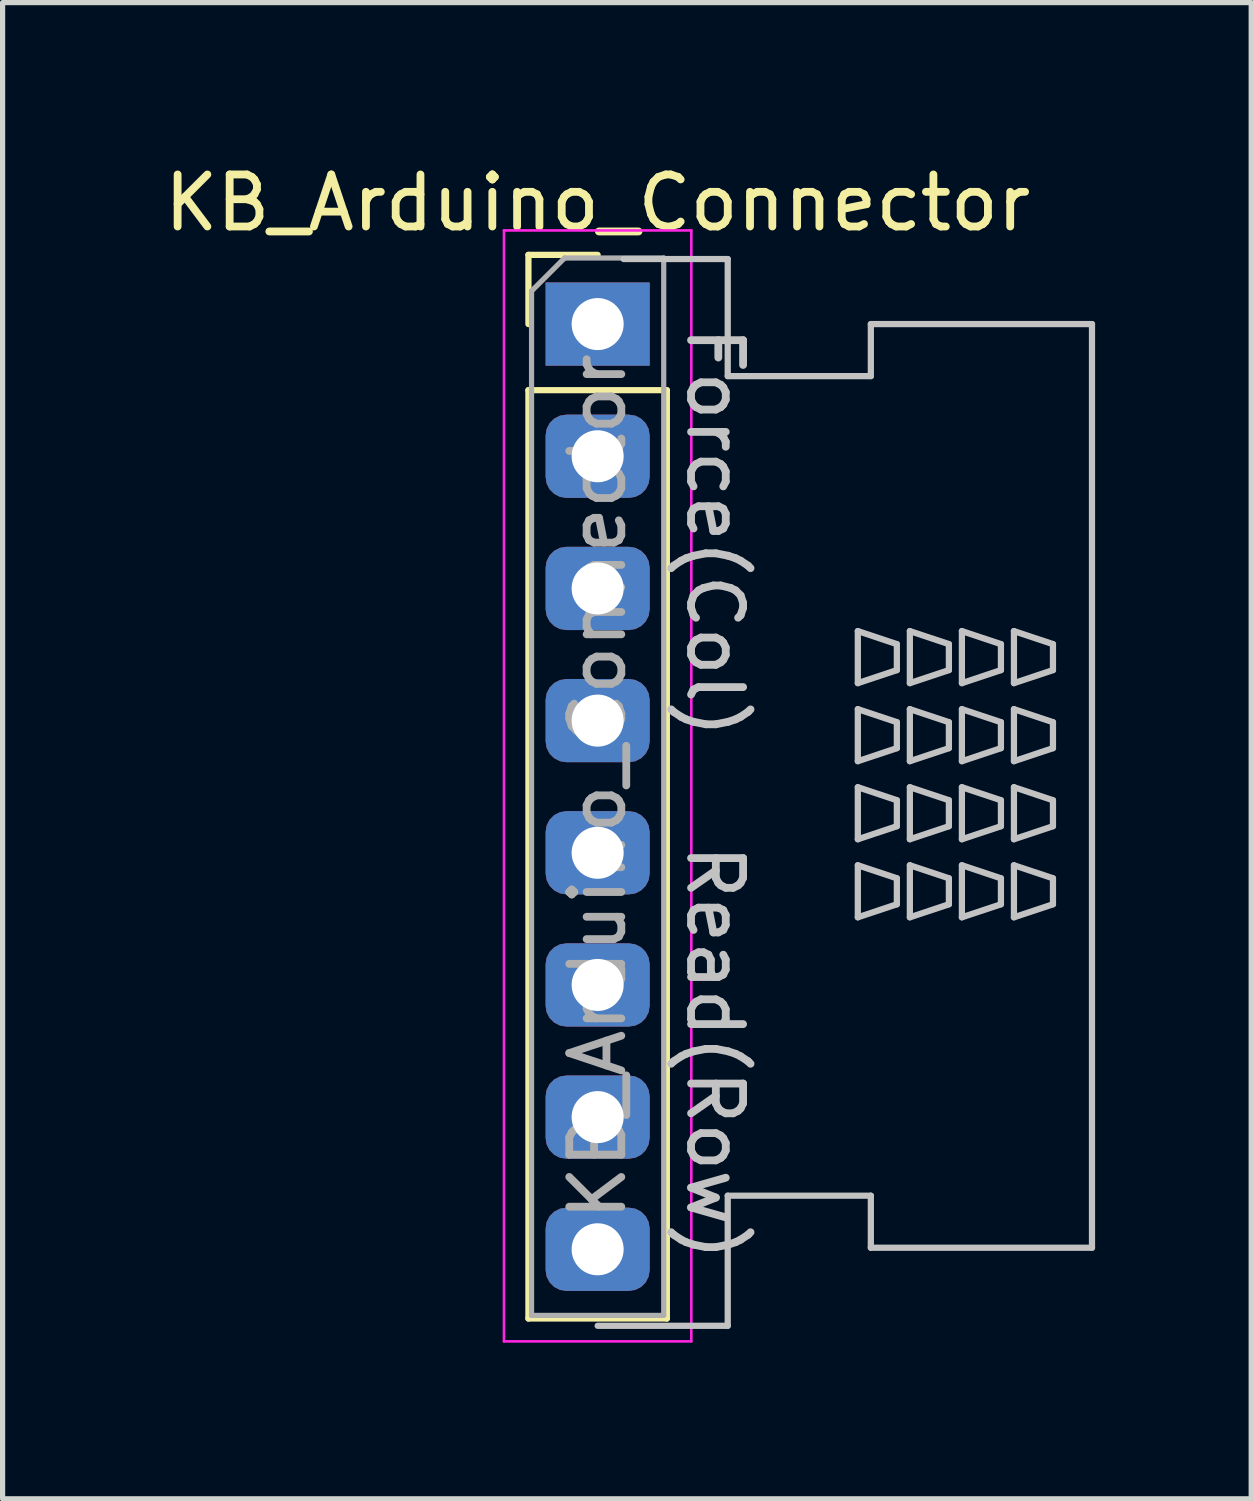
<source format=kicad_pcb>
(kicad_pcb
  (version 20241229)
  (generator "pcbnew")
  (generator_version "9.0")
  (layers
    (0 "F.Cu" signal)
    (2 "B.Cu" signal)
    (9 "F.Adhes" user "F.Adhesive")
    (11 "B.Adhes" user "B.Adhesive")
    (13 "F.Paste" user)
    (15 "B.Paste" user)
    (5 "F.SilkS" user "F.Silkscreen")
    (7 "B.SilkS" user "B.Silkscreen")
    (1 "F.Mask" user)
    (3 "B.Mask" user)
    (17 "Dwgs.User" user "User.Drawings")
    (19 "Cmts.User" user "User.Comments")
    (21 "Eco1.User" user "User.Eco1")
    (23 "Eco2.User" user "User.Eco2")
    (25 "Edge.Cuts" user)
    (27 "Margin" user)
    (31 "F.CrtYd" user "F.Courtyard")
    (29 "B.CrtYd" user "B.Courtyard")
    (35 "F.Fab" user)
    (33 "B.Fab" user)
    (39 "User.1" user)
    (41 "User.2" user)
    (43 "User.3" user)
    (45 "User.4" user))
  (footprint "KB_Arduino_Connector"
    (layer "F.Cu")
    (at 8.435 3.178)
    (property "Reference" "KB_Arduino_Connector" (at 0 -2.33 0) (layer "F.SilkS") (effects (font (size 1 1) (thickness 0.15))))
    (attr through_hole)
    (fp_line (start -1.33 -1.33) (end 0 -1.33) (stroke (width 0.12) (type solid)) (layer "F.SilkS"))
    (fp_line (start -1.33 0) (end -1.33 -1.33) (stroke (width 0.12) (type solid)) (layer "F.SilkS"))
    (fp_line (start -1.33 1.27) (end -1.33 19.11) (stroke (width 0.12) (type solid)) (layer "F.SilkS"))
    (fp_line (start -1.33 1.27) (end 1.33 1.27) (stroke (width 0.12) (type solid)) (layer "F.SilkS"))
    (fp_line (start -1.33 19.11) (end 1.33 19.11) (stroke (width 0.12) (type solid)) (layer "F.SilkS"))
    (fp_line (start 1.33 1.27) (end 1.33 19.11) (stroke (width 0.12) (type solid)) (layer "F.SilkS"))
    (fp_line (start 0.5 -1.25) (end 2.5 -1.25) (stroke (width 0.12) (type solid)) (layer "Dwgs.User"))
    (fp_line (start 2.5 -1.25) (end 2.5 1) (stroke (width 0.12) (type solid)) (layer "Dwgs.User"))
    (fp_line (start 2.5 1) (end 5.25 1) (stroke (width 0.12) (type solid)) (layer "Dwgs.User"))
    (fp_line (start 2.5 16.75) (end 2.5 19.25) (stroke (width 0.12) (type solid)) (layer "Dwgs.User"))
    (fp_line (start 2.5 19.25) (end 0 19.25) (stroke (width 0.12) (type solid)) (layer "Dwgs.User"))
    (fp_line (start 5 5.9) (end 5.75 6.15) (stroke (width 0.12) (type solid)) (layer "Dwgs.User"))
    (fp_line (start 5 6.9) (end 5 5.9) (stroke (width 0.12) (type solid)) (layer "Dwgs.User"))
    (fp_line (start 5 7.4) (end 5.75 7.65) (stroke (width 0.12) (type solid)) (layer "Dwgs.User"))
    (fp_line (start 5 8.4) (end 5 7.4) (stroke (width 0.12) (type solid)) (layer "Dwgs.User"))
    (fp_line (start 5 8.9) (end 5.75 9.15) (stroke (width 0.12) (type solid)) (layer "Dwgs.User"))
    (fp_line (start 5 9.9) (end 5 8.9) (stroke (width 0.12) (type solid)) (layer "Dwgs.User"))
    (fp_line (start 5 10.4) (end 5.75 10.65) (stroke (width 0.12) (type solid)) (layer "Dwgs.User"))
    (fp_line (start 5 11.4) (end 5 10.4) (stroke (width 0.12) (type solid)) (layer "Dwgs.User"))
    (fp_line (start 5.25 0) (end 9.5 0) (stroke (width 0.12) (type solid)) (layer "Dwgs.User"))
    (fp_line (start 5.25 1) (end 5.25 0) (stroke (width 0.12) (type solid)) (layer "Dwgs.User"))
    (fp_line (start 5.25 16.75) (end 2.5 16.75) (stroke (width 0.12) (type solid)) (layer "Dwgs.User"))
    (fp_line (start 5.25 17.75) (end 5.25 16.75) (stroke (width 0.12) (type solid)) (layer "Dwgs.User"))
    (fp_line (start 5.75 6.15) (end 5.75 6.65) (stroke (width 0.12) (type solid)) (layer "Dwgs.User"))
    (fp_line (start 5.75 6.65) (end 5 6.9) (stroke (width 0.12) (type solid)) (layer "Dwgs.User"))
    (fp_line (start 5.75 7.65) (end 5.75 8.15) (stroke (width 0.12) (type solid)) (layer "Dwgs.User"))
    (fp_line (start 5.75 8.15) (end 5 8.4) (stroke (width 0.12) (type solid)) (layer "Dwgs.User"))
    (fp_line (start 5.75 9.15) (end 5.75 9.65) (stroke (width 0.12) (type solid)) (layer "Dwgs.User"))
    (fp_line (start 5.75 9.65) (end 5 9.9) (stroke (width 0.12) (type solid)) (layer "Dwgs.User"))
    (fp_line (start 5.75 10.65) (end 5.75 11.15) (stroke (width 0.12) (type solid)) (layer "Dwgs.User"))
    (fp_line (start 5.75 11.15) (end 5 11.4) (stroke (width 0.12) (type solid)) (layer "Dwgs.User"))
    (fp_line (start 6 5.9) (end 6.75 6.15) (stroke (width 0.12) (type solid)) (layer "Dwgs.User"))
    (fp_line (start 6 6.9) (end 6 5.9) (stroke (width 0.12) (type solid)) (layer "Dwgs.User"))
    (fp_line (start 6 7.4) (end 6.75 7.65) (stroke (width 0.12) (type solid)) (layer "Dwgs.User"))
    (fp_line (start 6 8.4) (end 6 7.4) (stroke (width 0.12) (type solid)) (layer "Dwgs.User"))
    (fp_line (start 6 8.9) (end 6.75 9.15) (stroke (width 0.12) (type solid)) (layer "Dwgs.User"))
    (fp_line (start 6 9.9) (end 6 8.9) (stroke (width 0.12) (type solid)) (layer "Dwgs.User"))
    (fp_line (start 6 10.4) (end 6.75 10.65) (stroke (width 0.12) (type solid)) (layer "Dwgs.User"))
    (fp_line (start 6 11.4) (end 6 10.4) (stroke (width 0.12) (type solid)) (layer "Dwgs.User"))
    (fp_line (start 6.75 6.15) (end 6.75 6.65) (stroke (width 0.12) (type solid)) (layer "Dwgs.User"))
    (fp_line (start 6.75 6.65) (end 6 6.9) (stroke (width 0.12) (type solid)) (layer "Dwgs.User"))
    (fp_line (start 6.75 7.65) (end 6.75 8.15) (stroke (width 0.12) (type solid)) (layer "Dwgs.User"))
    (fp_line (start 6.75 8.15) (end 6 8.4) (stroke (width 0.12) (type solid)) (layer "Dwgs.User"))
    (fp_line (start 6.75 9.15) (end 6.75 9.65) (stroke (width 0.12) (type solid)) (layer "Dwgs.User"))
    (fp_line (start 6.75 9.65) (end 6 9.9) (stroke (width 0.12) (type solid)) (layer "Dwgs.User"))
    (fp_line (start 6.75 10.65) (end 6.75 11.15) (stroke (width 0.12) (type solid)) (layer "Dwgs.User"))
    (fp_line (start 6.75 11.15) (end 6 11.4) (stroke (width 0.12) (type solid)) (layer "Dwgs.User"))
    (fp_line (start 7 5.9) (end 7.75 6.15) (stroke (width 0.12) (type solid)) (layer "Dwgs.User"))
    (fp_line (start 7 6.9) (end 7 5.9) (stroke (width 0.12) (type solid)) (layer "Dwgs.User"))
    (fp_line (start 7 7.4) (end 7.75 7.65) (stroke (width 0.12) (type solid)) (layer "Dwgs.User"))
    (fp_line (start 7 8.4) (end 7 7.4) (stroke (width 0.12) (type solid)) (layer "Dwgs.User"))
    (fp_line (start 7 8.9) (end 7.75 9.15) (stroke (width 0.12) (type solid)) (layer "Dwgs.User"))
    (fp_line (start 7 9.9) (end 7 8.9) (stroke (width 0.12) (type solid)) (layer "Dwgs.User"))
    (fp_line (start 7 10.4) (end 7.75 10.65) (stroke (width 0.12) (type solid)) (layer "Dwgs.User"))
    (fp_line (start 7 11.4) (end 7 10.4) (stroke (width 0.12) (type solid)) (layer "Dwgs.User"))
    (fp_line (start 7.75 6.15) (end 7.75 6.65) (stroke (width 0.12) (type solid)) (layer "Dwgs.User"))
    (fp_line (start 7.75 6.65) (end 7 6.9) (stroke (width 0.12) (type solid)) (layer "Dwgs.User"))
    (fp_line (start 7.75 7.65) (end 7.75 8.15) (stroke (width 0.12) (type solid)) (layer "Dwgs.User"))
    (fp_line (start 7.75 8.15) (end 7 8.4) (stroke (width 0.12) (type solid)) (layer "Dwgs.User"))
    (fp_line (start 7.75 9.15) (end 7.75 9.65) (stroke (width 0.12) (type solid)) (layer "Dwgs.User"))
    (fp_line (start 7.75 9.65) (end 7 9.9) (stroke (width 0.12) (type solid)) (layer "Dwgs.User"))
    (fp_line (start 7.75 10.65) (end 7.75 11.15) (stroke (width 0.12) (type solid)) (layer "Dwgs.User"))
    (fp_line (start 7.75 11.15) (end 7 11.4) (stroke (width 0.12) (type solid)) (layer "Dwgs.User"))
    (fp_line (start 8 5.9) (end 8.75 6.15) (stroke (width 0.12) (type solid)) (layer "Dwgs.User"))
    (fp_line (start 8 6.9) (end 8 5.9) (stroke (width 0.12) (type solid)) (layer "Dwgs.User"))
    (fp_line (start 8 7.4) (end 8.75 7.65) (stroke (width 0.12) (type solid)) (layer "Dwgs.User"))
    (fp_line (start 8 8.4) (end 8 7.4) (stroke (width 0.12) (type solid)) (layer "Dwgs.User"))
    (fp_line (start 8 8.9) (end 8.75 9.15) (stroke (width 0.12) (type solid)) (layer "Dwgs.User"))
    (fp_line (start 8 9.9) (end 8 8.9) (stroke (width 0.12) (type solid)) (layer "Dwgs.User"))
    (fp_line (start 8 10.4) (end 8.75 10.65) (stroke (width 0.12) (type solid)) (layer "Dwgs.User"))
    (fp_line (start 8 11.4) (end 8 10.4) (stroke (width 0.12) (type solid)) (layer "Dwgs.User"))
    (fp_line (start 8.75 6.15) (end 8.75 6.65) (stroke (width 0.12) (type solid)) (layer "Dwgs.User"))
    (fp_line (start 8.75 6.65) (end 8 6.9) (stroke (width 0.12) (type solid)) (layer "Dwgs.User"))
    (fp_line (start 8.75 7.65) (end 8.75 8.15) (stroke (width 0.12) (type solid)) (layer "Dwgs.User"))
    (fp_line (start 8.75 8.15) (end 8 8.4) (stroke (width 0.12) (type solid)) (layer "Dwgs.User"))
    (fp_line (start 8.75 9.15) (end 8.75 9.65) (stroke (width 0.12) (type solid)) (layer "Dwgs.User"))
    (fp_line (start 8.75 9.65) (end 8 9.9) (stroke (width 0.12) (type solid)) (layer "Dwgs.User"))
    (fp_line (start 8.75 10.65) (end 8.75 11.15) (stroke (width 0.12) (type solid)) (layer "Dwgs.User"))
    (fp_line (start 8.75 11.15) (end 8 11.4) (stroke (width 0.12) (type solid)) (layer "Dwgs.User"))
    (fp_line (start 9.5 0) (end 9.5 17.75) (stroke (width 0.12) (type solid)) (layer "Dwgs.User"))
    (fp_line (start 9.5 17.75) (end 5.25 17.75) (stroke (width 0.12) (type solid)) (layer "Dwgs.User"))
    (fp_line (start -1.8 -1.8) (end -1.8 19.55) (stroke (width 0.05) (type solid)) (layer "F.CrtYd"))
    (fp_line (start -1.8 19.55) (end 1.8 19.55) (stroke (width 0.05) (type solid)) (layer "F.CrtYd"))
    (fp_line (start 1.8 -1.8) (end -1.8 -1.8) (stroke (width 0.05) (type solid)) (layer "F.CrtYd"))
    (fp_line (start 1.8 19.55) (end 1.8 -1.8) (stroke (width 0.05) (type solid)) (layer "F.CrtYd"))
    (fp_line (start -1.27 -0.635) (end -0.635 -1.27) (stroke (width 0.1) (type solid)) (layer "F.Fab"))
    (fp_line (start -1.27 19.05) (end -1.27 -0.635) (stroke (width 0.1) (type solid)) (layer "F.Fab"))
    (fp_line (start -0.635 -1.27) (end 1.27 -1.27) (stroke (width 0.1) (type solid)) (layer "F.Fab"))
    (fp_line (start 1.27 -1.27) (end 1.27 19.05) (stroke (width 0.1) (type solid)) (layer "F.Fab"))
    (fp_line (start 1.27 19.05) (end -1.27 19.05) (stroke (width 0.1) (type solid)) (layer "F.Fab"))
    (fp_text user "Force(Col)" (at 2.25 4 270) (unlocked yes) (layer "Dwgs.User") (effects (font (size 1 1) (thickness 0.15))))
    (fp_text user "Read(Row)" (at 2.25 14 270) (unlocked yes) (layer "Dwgs.User") (effects (font (size 1 1) (thickness 0.15))))
    (fp_text user "${REFERENCE}" (at 0 8.89 90) (layer "F.Fab") (effects (font (size 1 1) (thickness 0.15))))
    (pad "1" thru_hole rect (at 0 0) (size 2 1.6) (drill 1) (layers "*.Cu" "*.Mask"))
    (pad "2" thru_hole roundrect (at 0 2.54) (size 2 1.6) (drill 1) (layers "*.Cu" "*.Mask") (roundrect_rratio 0.25))
    (pad "3" thru_hole roundrect (at 0 5.08) (size 2 1.6) (drill 1) (layers "*.Cu" "*.Mask") (roundrect_rratio 0.25))
    (pad "4" thru_hole roundrect (at 0 7.62) (size 2 1.6) (drill 1) (layers "*.Cu" "*.Mask") (roundrect_rratio 0.25))
    (pad "5" thru_hole roundrect (at 0 10.16) (size 2 1.6) (drill 1) (layers "*.Cu" "*.Mask") (roundrect_rratio 0.25))
    (pad "6" thru_hole roundrect (at 0 12.7) (size 2 1.6) (drill 1) (layers "*.Cu" "*.Mask") (roundrect_rratio 0.25))
    (pad "7" thru_hole roundrect (at 0 15.24) (size 2 1.6) (drill 1) (layers "*.Cu" "*.Mask") (roundrect_rratio 0.25))
    (pad "8" thru_hole roundrect (at 0 17.78) (size 2 1.6) (drill 1) (layers "*.Cu" "*.Mask") (roundrect_rratio 0.25)))
  (gr_rect
    (start -3 -3)
    (end 20.995 25.753)
    (stroke (width 0.1) (type default))
    (fill no)
    (layer "Edge.Cuts")))
</source>
